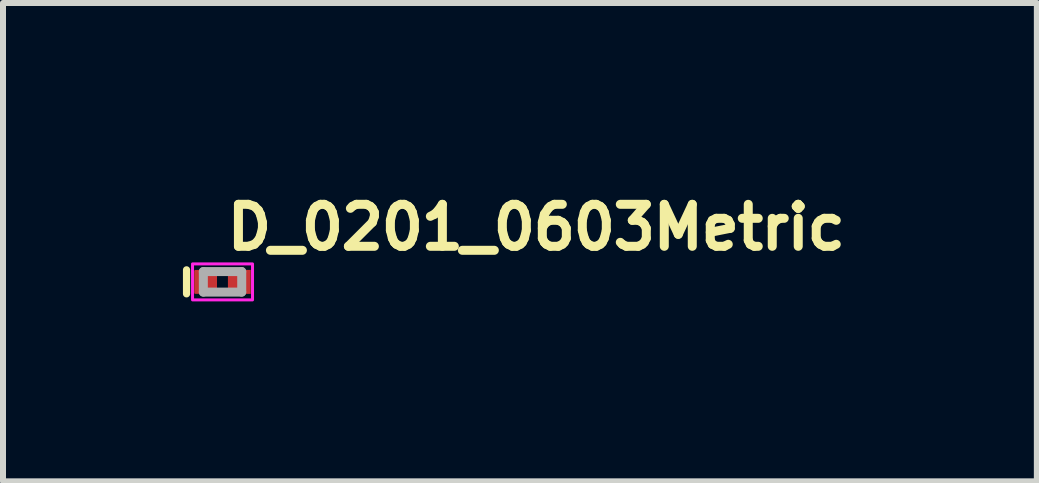
<source format=kicad_pcb>
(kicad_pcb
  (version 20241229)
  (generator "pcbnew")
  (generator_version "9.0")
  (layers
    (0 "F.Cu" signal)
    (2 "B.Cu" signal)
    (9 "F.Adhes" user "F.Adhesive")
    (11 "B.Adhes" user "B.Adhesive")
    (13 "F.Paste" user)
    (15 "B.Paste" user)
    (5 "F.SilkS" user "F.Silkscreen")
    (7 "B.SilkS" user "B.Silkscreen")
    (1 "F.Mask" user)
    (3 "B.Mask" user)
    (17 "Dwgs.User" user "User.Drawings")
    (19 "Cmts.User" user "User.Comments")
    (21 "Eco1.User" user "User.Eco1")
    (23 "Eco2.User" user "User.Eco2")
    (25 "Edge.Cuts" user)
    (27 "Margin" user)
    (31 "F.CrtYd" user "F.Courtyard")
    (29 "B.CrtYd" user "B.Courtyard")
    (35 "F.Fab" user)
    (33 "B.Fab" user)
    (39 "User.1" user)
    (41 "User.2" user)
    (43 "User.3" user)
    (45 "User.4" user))
  (footprint "D_0201_0603Metric"
    (layer "F.Cu")
    (at 0.66 1.65)
    (property "Reference" "D_0201_0603Metric" (at 0 -0.5 0) (layer "F.SilkS") (effects (font (size 0.7 0.7) (thickness 0.15)) (justify left bottom)))
    (attr smd)
    (fp_line (start -0.6 -0.201) (end -0.6 0.199) (stroke (width 0.12) (type solid)) (layer "F.SilkS"))
    (fp_rect (start -0.5 -0.3) (end 0.5 0.3) (stroke (width 0.05) (type solid)) (fill no) (layer "F.CrtYd"))
    (fp_line (start -0.32 -0.172) (end -0.32 0.17) (stroke (width 0.15) (type solid)) (layer "F.Fab"))
    (fp_line (start -0.32 -0.172) (end 0.32 -0.172) (stroke (width 0.15) (type solid)) (layer "F.Fab"))
    (fp_line (start -0.32 0.17) (end 0.32 0.17) (stroke (width 0.15) (type solid)) (layer "F.Fab"))
    (fp_line (start 0.32 -0.172) (end 0.32 0.17) (stroke (width 0.15) (type solid)) (layer "F.Fab"))
    (fp_rect (start -0.3 -0.15) (end 0.298 0.148) (stroke (width 0.1) (type solid)) (fill no) (layer "User.5"))
    (fp_line (start -0.3 -0.15) (end -0.3 0.148) (stroke (width 0.02) (type solid)) (layer "User.9"))
    (fp_line (start -0.3 0.148) (end -0.14 0.148) (stroke (width 0.02) (type solid)) (layer "User.9"))
    (fp_line (start -0.14 -0.15) (end -0.3 -0.15) (stroke (width 0.02) (type solid)) (layer "User.9"))
    (fp_line (start -0.14 0.148) (end -0.14 -0.15) (stroke (width 0.02) (type solid)) (layer "User.9"))
    (fp_line (start -0.14 0.148) (end -0.14 -0.15) (stroke (width 0.02) (type solid)) (layer "User.9"))
    (fp_line (start 0.298 -0.15) (end -0.14 -0.15) (stroke (width 0.02) (type solid)) (layer "User.9"))
    (fp_line (start 0.298 0.148) (end -0.14 0.148) (stroke (width 0.02) (type solid)) (layer "User.9"))
    (fp_line (start 0.298 0.148) (end 0.298 -0.15) (stroke (width 0.02) (type solid)) (layer "User.9"))
    (pad "1" smd roundrect (at -0.282 0) (size 0.38 0.4) (layers "F.Cu" "F.Mask" "F.Paste") (roundrect_rratio 0.05))
    (pad "2" smd rect (at 0.28 0) (size 0.38 0.4) (layers "F.Cu" "F.Mask" "F.Paste")))
  (gr_rect
    (start -3 -3)
    (end 14.237 4.975)
    (stroke (width 0.1) (type default))
    (fill no)
    (layer "Edge.Cuts")))
</source>
